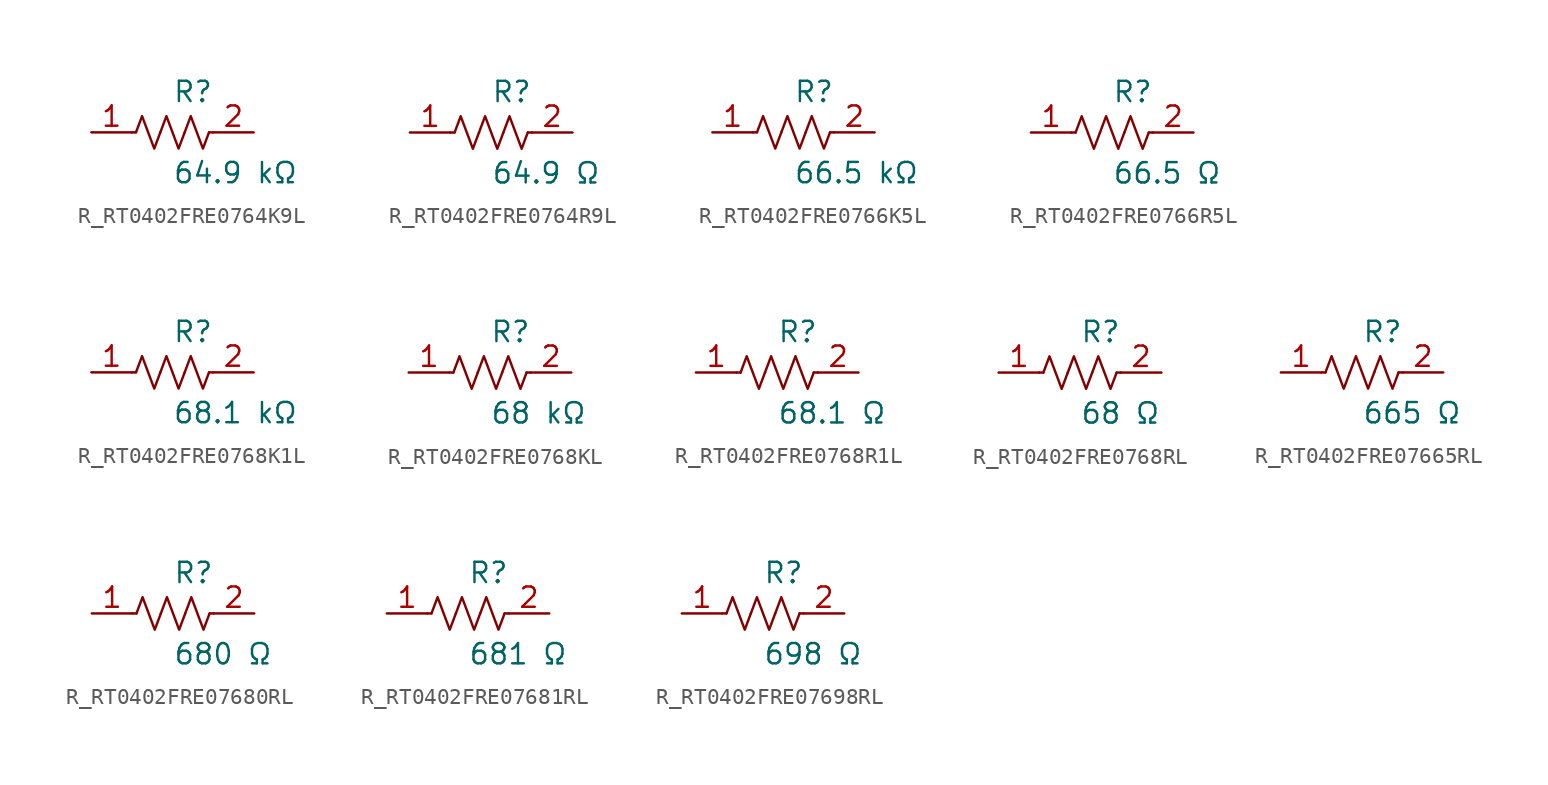
<source format=kicad_sym>
(kicad_symbol_lib
  (version 20231120)
  (generator kicad_symbol_editor)
  (generator_version 8.0)
  (symbol "R_RT0402FRE0764K9L"
    (pin_names
      (offset 0.254))
    (property "Reference" "R"
      (at 0.0 2.54 0)
      (effects (font (size 1.27 1.27)) (justify left)))
    (property "Value" "64.9 kΩ"
      (at 0.0 -2.54 0)
      (effects (font (size 1.27 1.27)) (justify left)))
    (symbol "R_RT0402FRE0764K9L_0_1"
      (polyline (pts (xy 2.286 0) (xy 2.54 0)) (stroke (width 0) (type default)) (fill (type none)))
      (polyline (pts (xy -2.286 0) (xy -2.54 0)) (stroke (width 0) (type default)) (fill (type none)))
      (polyline (pts (xy 0.762 0) (xy 1.143 1.016) (xy 1.524 0) (xy 1.905 -1.016) (xy 2.286 0)) (stroke (width 0) (type default)) (fill (type none)))
      (polyline (pts (xy -0.762 0) (xy -0.381 1.016) (xy 0 0) (xy 0.381 -1.016) (xy 0.762 0)) (stroke (width 0) (type default)) (fill (type none)))
      (polyline (pts (xy -2.286 0) (xy -1.905 1.016) (xy -1.524 0) (xy -1.143 -1.016) (xy -0.762 0)) (stroke (width 0) (type default)) (fill (type none))))
    (pin unspecified line
      (at -5.08 0 0)
      (length 2.54)
      (name "" (effects (font (size 1.27 1.27))))
      (number "1" (effects (font (size 1.27 1.27)))))
    (pin unspecified line
      (at 5.08 0 180)
      (length 2.54)
      (name "" (effects (font (size 1.27 1.27))))
      (number "2" (effects (font (size 1.27 1.27))))))
  (symbol "R_RT0402FRE0764R9L"
    (pin_names
      (offset 0.254))
    (property "Reference" "R"
      (at 0.0 2.54 0)
      (effects (font (size 1.27 1.27)) (justify left)))
    (property "Value" "64.9 Ω"
      (at 0.0 -2.54 0)
      (effects (font (size 1.27 1.27)) (justify left)))
    (symbol "R_RT0402FRE0764R9L_0_1"
      (polyline (pts (xy 2.286 0) (xy 2.54 0)) (stroke (width 0) (type default)) (fill (type none)))
      (polyline (pts (xy -2.286 0) (xy -2.54 0)) (stroke (width 0) (type default)) (fill (type none)))
      (polyline (pts (xy 0.762 0) (xy 1.143 1.016) (xy 1.524 0) (xy 1.905 -1.016) (xy 2.286 0)) (stroke (width 0) (type default)) (fill (type none)))
      (polyline (pts (xy -0.762 0) (xy -0.381 1.016) (xy 0 0) (xy 0.381 -1.016) (xy 0.762 0)) (stroke (width 0) (type default)) (fill (type none)))
      (polyline (pts (xy -2.286 0) (xy -1.905 1.016) (xy -1.524 0) (xy -1.143 -1.016) (xy -0.762 0)) (stroke (width 0) (type default)) (fill (type none))))
    (pin unspecified line
      (at -5.08 0 0)
      (length 2.54)
      (name "" (effects (font (size 1.27 1.27))))
      (number "1" (effects (font (size 1.27 1.27)))))
    (pin unspecified line
      (at 5.08 0 180)
      (length 2.54)
      (name "" (effects (font (size 1.27 1.27))))
      (number "2" (effects (font (size 1.27 1.27))))))
  (symbol "R_RT0402FRE0766K5L"
    (pin_names
      (offset 0.254))
    (property "Reference" "R"
      (at 0.0 2.54 0)
      (effects (font (size 1.27 1.27)) (justify left)))
    (property "Value" "66.5 kΩ"
      (at 0.0 -2.54 0)
      (effects (font (size 1.27 1.27)) (justify left)))
    (symbol "R_RT0402FRE0766K5L_0_1"
      (polyline (pts (xy 2.286 0) (xy 2.54 0)) (stroke (width 0) (type default)) (fill (type none)))
      (polyline (pts (xy -2.286 0) (xy -2.54 0)) (stroke (width 0) (type default)) (fill (type none)))
      (polyline (pts (xy 0.762 0) (xy 1.143 1.016) (xy 1.524 0) (xy 1.905 -1.016) (xy 2.286 0)) (stroke (width 0) (type default)) (fill (type none)))
      (polyline (pts (xy -0.762 0) (xy -0.381 1.016) (xy 0 0) (xy 0.381 -1.016) (xy 0.762 0)) (stroke (width 0) (type default)) (fill (type none)))
      (polyline (pts (xy -2.286 0) (xy -1.905 1.016) (xy -1.524 0) (xy -1.143 -1.016) (xy -0.762 0)) (stroke (width 0) (type default)) (fill (type none))))
    (pin unspecified line
      (at -5.08 0 0)
      (length 2.54)
      (name "" (effects (font (size 1.27 1.27))))
      (number "1" (effects (font (size 1.27 1.27)))))
    (pin unspecified line
      (at 5.08 0 180)
      (length 2.54)
      (name "" (effects (font (size 1.27 1.27))))
      (number "2" (effects (font (size 1.27 1.27))))))
  (symbol "R_RT0402FRE0766R5L"
    (pin_names
      (offset 0.254))
    (property "Reference" "R"
      (at 0.0 2.54 0)
      (effects (font (size 1.27 1.27)) (justify left)))
    (property "Value" "66.5 Ω"
      (at 0.0 -2.54 0)
      (effects (font (size 1.27 1.27)) (justify left)))
    (symbol "R_RT0402FRE0766R5L_0_1"
      (polyline (pts (xy 2.286 0) (xy 2.54 0)) (stroke (width 0) (type default)) (fill (type none)))
      (polyline (pts (xy -2.286 0) (xy -2.54 0)) (stroke (width 0) (type default)) (fill (type none)))
      (polyline (pts (xy 0.762 0) (xy 1.143 1.016) (xy 1.524 0) (xy 1.905 -1.016) (xy 2.286 0)) (stroke (width 0) (type default)) (fill (type none)))
      (polyline (pts (xy -0.762 0) (xy -0.381 1.016) (xy 0 0) (xy 0.381 -1.016) (xy 0.762 0)) (stroke (width 0) (type default)) (fill (type none)))
      (polyline (pts (xy -2.286 0) (xy -1.905 1.016) (xy -1.524 0) (xy -1.143 -1.016) (xy -0.762 0)) (stroke (width 0) (type default)) (fill (type none))))
    (pin unspecified line
      (at -5.08 0 0)
      (length 2.54)
      (name "" (effects (font (size 1.27 1.27))))
      (number "1" (effects (font (size 1.27 1.27)))))
    (pin unspecified line
      (at 5.08 0 180)
      (length 2.54)
      (name "" (effects (font (size 1.27 1.27))))
      (number "2" (effects (font (size 1.27 1.27))))))
  (symbol "R_RT0402FRE0768K1L"
    (pin_names
      (offset 0.254))
    (property "Reference" "R"
      (at 0.0 2.54 0)
      (effects (font (size 1.27 1.27)) (justify left)))
    (property "Value" "68.1 kΩ"
      (at 0.0 -2.54 0)
      (effects (font (size 1.27 1.27)) (justify left)))
    (symbol "R_RT0402FRE0768K1L_0_1"
      (polyline (pts (xy 2.286 0) (xy 2.54 0)) (stroke (width 0) (type default)) (fill (type none)))
      (polyline (pts (xy -2.286 0) (xy -2.54 0)) (stroke (width 0) (type default)) (fill (type none)))
      (polyline (pts (xy 0.762 0) (xy 1.143 1.016) (xy 1.524 0) (xy 1.905 -1.016) (xy 2.286 0)) (stroke (width 0) (type default)) (fill (type none)))
      (polyline (pts (xy -0.762 0) (xy -0.381 1.016) (xy 0 0) (xy 0.381 -1.016) (xy 0.762 0)) (stroke (width 0) (type default)) (fill (type none)))
      (polyline (pts (xy -2.286 0) (xy -1.905 1.016) (xy -1.524 0) (xy -1.143 -1.016) (xy -0.762 0)) (stroke (width 0) (type default)) (fill (type none))))
    (pin unspecified line
      (at -5.08 0 0)
      (length 2.54)
      (name "" (effects (font (size 1.27 1.27))))
      (number "1" (effects (font (size 1.27 1.27)))))
    (pin unspecified line
      (at 5.08 0 180)
      (length 2.54)
      (name "" (effects (font (size 1.27 1.27))))
      (number "2" (effects (font (size 1.27 1.27))))))
  (symbol "R_RT0402FRE0768KL"
    (pin_names
      (offset 0.254))
    (property "Reference" "R"
      (at 0.0 2.54 0)
      (effects (font (size 1.27 1.27)) (justify left)))
    (property "Value" "68 kΩ"
      (at 0.0 -2.54 0)
      (effects (font (size 1.27 1.27)) (justify left)))
    (symbol "R_RT0402FRE0768KL_0_1"
      (polyline (pts (xy 2.286 0) (xy 2.54 0)) (stroke (width 0) (type default)) (fill (type none)))
      (polyline (pts (xy -2.286 0) (xy -2.54 0)) (stroke (width 0) (type default)) (fill (type none)))
      (polyline (pts (xy 0.762 0) (xy 1.143 1.016) (xy 1.524 0) (xy 1.905 -1.016) (xy 2.286 0)) (stroke (width 0) (type default)) (fill (type none)))
      (polyline (pts (xy -0.762 0) (xy -0.381 1.016) (xy 0 0) (xy 0.381 -1.016) (xy 0.762 0)) (stroke (width 0) (type default)) (fill (type none)))
      (polyline (pts (xy -2.286 0) (xy -1.905 1.016) (xy -1.524 0) (xy -1.143 -1.016) (xy -0.762 0)) (stroke (width 0) (type default)) (fill (type none))))
    (pin unspecified line
      (at -5.08 0 0)
      (length 2.54)
      (name "" (effects (font (size 1.27 1.27))))
      (number "1" (effects (font (size 1.27 1.27)))))
    (pin unspecified line
      (at 5.08 0 180)
      (length 2.54)
      (name "" (effects (font (size 1.27 1.27))))
      (number "2" (effects (font (size 1.27 1.27))))))
  (symbol "R_RT0402FRE0768R1L"
    (pin_names
      (offset 0.254))
    (property "Reference" "R"
      (at 0.0 2.54 0)
      (effects (font (size 1.27 1.27)) (justify left)))
    (property "Value" "68.1 Ω"
      (at 0.0 -2.54 0)
      (effects (font (size 1.27 1.27)) (justify left)))
    (symbol "R_RT0402FRE0768R1L_0_1"
      (polyline (pts (xy 2.286 0) (xy 2.54 0)) (stroke (width 0) (type default)) (fill (type none)))
      (polyline (pts (xy -2.286 0) (xy -2.54 0)) (stroke (width 0) (type default)) (fill (type none)))
      (polyline (pts (xy 0.762 0) (xy 1.143 1.016) (xy 1.524 0) (xy 1.905 -1.016) (xy 2.286 0)) (stroke (width 0) (type default)) (fill (type none)))
      (polyline (pts (xy -0.762 0) (xy -0.381 1.016) (xy 0 0) (xy 0.381 -1.016) (xy 0.762 0)) (stroke (width 0) (type default)) (fill (type none)))
      (polyline (pts (xy -2.286 0) (xy -1.905 1.016) (xy -1.524 0) (xy -1.143 -1.016) (xy -0.762 0)) (stroke (width 0) (type default)) (fill (type none))))
    (pin unspecified line
      (at -5.08 0 0)
      (length 2.54)
      (name "" (effects (font (size 1.27 1.27))))
      (number "1" (effects (font (size 1.27 1.27)))))
    (pin unspecified line
      (at 5.08 0 180)
      (length 2.54)
      (name "" (effects (font (size 1.27 1.27))))
      (number "2" (effects (font (size 1.27 1.27))))))
  (symbol "R_RT0402FRE0768RL"
    (pin_names
      (offset 0.254))
    (property "Reference" "R"
      (at 0.0 2.54 0)
      (effects (font (size 1.27 1.27)) (justify left)))
    (property "Value" "68 Ω"
      (at 0.0 -2.54 0)
      (effects (font (size 1.27 1.27)) (justify left)))
    (symbol "R_RT0402FRE0768RL_0_1"
      (polyline (pts (xy 2.286 0) (xy 2.54 0)) (stroke (width 0) (type default)) (fill (type none)))
      (polyline (pts (xy -2.286 0) (xy -2.54 0)) (stroke (width 0) (type default)) (fill (type none)))
      (polyline (pts (xy 0.762 0) (xy 1.143 1.016) (xy 1.524 0) (xy 1.905 -1.016) (xy 2.286 0)) (stroke (width 0) (type default)) (fill (type none)))
      (polyline (pts (xy -0.762 0) (xy -0.381 1.016) (xy 0 0) (xy 0.381 -1.016) (xy 0.762 0)) (stroke (width 0) (type default)) (fill (type none)))
      (polyline (pts (xy -2.286 0) (xy -1.905 1.016) (xy -1.524 0) (xy -1.143 -1.016) (xy -0.762 0)) (stroke (width 0) (type default)) (fill (type none))))
    (pin unspecified line
      (at -5.08 0 0)
      (length 2.54)
      (name "" (effects (font (size 1.27 1.27))))
      (number "1" (effects (font (size 1.27 1.27)))))
    (pin unspecified line
      (at 5.08 0 180)
      (length 2.54)
      (name "" (effects (font (size 1.27 1.27))))
      (number "2" (effects (font (size 1.27 1.27))))))
  (symbol "R_RT0402FRE07665RL"
    (pin_names
      (offset 0.254))
    (property "Reference" "R"
      (at 0.0 2.54 0)
      (effects (font (size 1.27 1.27)) (justify left)))
    (property "Value" "665 Ω"
      (at 0.0 -2.54 0)
      (effects (font (size 1.27 1.27)) (justify left)))
    (symbol "R_RT0402FRE07665RL_0_1"
      (polyline (pts (xy 2.286 0) (xy 2.54 0)) (stroke (width 0) (type default)) (fill (type none)))
      (polyline (pts (xy -2.286 0) (xy -2.54 0)) (stroke (width 0) (type default)) (fill (type none)))
      (polyline (pts (xy 0.762 0) (xy 1.143 1.016) (xy 1.524 0) (xy 1.905 -1.016) (xy 2.286 0)) (stroke (width 0) (type default)) (fill (type none)))
      (polyline (pts (xy -0.762 0) (xy -0.381 1.016) (xy 0 0) (xy 0.381 -1.016) (xy 0.762 0)) (stroke (width 0) (type default)) (fill (type none)))
      (polyline (pts (xy -2.286 0) (xy -1.905 1.016) (xy -1.524 0) (xy -1.143 -1.016) (xy -0.762 0)) (stroke (width 0) (type default)) (fill (type none))))
    (pin unspecified line
      (at -5.08 0 0)
      (length 2.54)
      (name "" (effects (font (size 1.27 1.27))))
      (number "1" (effects (font (size 1.27 1.27)))))
    (pin unspecified line
      (at 5.08 0 180)
      (length 2.54)
      (name "" (effects (font (size 1.27 1.27))))
      (number "2" (effects (font (size 1.27 1.27))))))
  (symbol "R_RT0402FRE07680RL"
    (pin_names
      (offset 0.254))
    (property "Reference" "R"
      (at 0.0 2.54 0)
      (effects (font (size 1.27 1.27)) (justify left)))
    (property "Value" "680 Ω"
      (at 0.0 -2.54 0)
      (effects (font (size 1.27 1.27)) (justify left)))
    (symbol "R_RT0402FRE07680RL_0_1"
      (polyline (pts (xy 2.286 0) (xy 2.54 0)) (stroke (width 0) (type default)) (fill (type none)))
      (polyline (pts (xy -2.286 0) (xy -2.54 0)) (stroke (width 0) (type default)) (fill (type none)))
      (polyline (pts (xy 0.762 0) (xy 1.143 1.016) (xy 1.524 0) (xy 1.905 -1.016) (xy 2.286 0)) (stroke (width 0) (type default)) (fill (type none)))
      (polyline (pts (xy -0.762 0) (xy -0.381 1.016) (xy 0 0) (xy 0.381 -1.016) (xy 0.762 0)) (stroke (width 0) (type default)) (fill (type none)))
      (polyline (pts (xy -2.286 0) (xy -1.905 1.016) (xy -1.524 0) (xy -1.143 -1.016) (xy -0.762 0)) (stroke (width 0) (type default)) (fill (type none))))
    (pin unspecified line
      (at -5.08 0 0)
      (length 2.54)
      (name "" (effects (font (size 1.27 1.27))))
      (number "1" (effects (font (size 1.27 1.27)))))
    (pin unspecified line
      (at 5.08 0 180)
      (length 2.54)
      (name "" (effects (font (size 1.27 1.27))))
      (number "2" (effects (font (size 1.27 1.27))))))
  (symbol "R_RT0402FRE07681RL"
    (pin_names
      (offset 0.254))
    (property "Reference" "R"
      (at 0.0 2.54 0)
      (effects (font (size 1.27 1.27)) (justify left)))
    (property "Value" "681 Ω"
      (at 0.0 -2.54 0)
      (effects (font (size 1.27 1.27)) (justify left)))
    (symbol "R_RT0402FRE07681RL_0_1"
      (polyline (pts (xy 2.286 0) (xy 2.54 0)) (stroke (width 0) (type default)) (fill (type none)))
      (polyline (pts (xy -2.286 0) (xy -2.54 0)) (stroke (width 0) (type default)) (fill (type none)))
      (polyline (pts (xy 0.762 0) (xy 1.143 1.016) (xy 1.524 0) (xy 1.905 -1.016) (xy 2.286 0)) (stroke (width 0) (type default)) (fill (type none)))
      (polyline (pts (xy -0.762 0) (xy -0.381 1.016) (xy 0 0) (xy 0.381 -1.016) (xy 0.762 0)) (stroke (width 0) (type default)) (fill (type none)))
      (polyline (pts (xy -2.286 0) (xy -1.905 1.016) (xy -1.524 0) (xy -1.143 -1.016) (xy -0.762 0)) (stroke (width 0) (type default)) (fill (type none))))
    (pin unspecified line
      (at -5.08 0 0)
      (length 2.54)
      (name "" (effects (font (size 1.27 1.27))))
      (number "1" (effects (font (size 1.27 1.27)))))
    (pin unspecified line
      (at 5.08 0 180)
      (length 2.54)
      (name "" (effects (font (size 1.27 1.27))))
      (number "2" (effects (font (size 1.27 1.27))))))
  (symbol "R_RT0402FRE07698RL"
    (pin_names
      (offset 0.254))
    (property "Reference" "R"
      (at 0.0 2.54 0)
      (effects (font (size 1.27 1.27)) (justify left)))
    (property "Value" "698 Ω"
      (at 0.0 -2.54 0)
      (effects (font (size 1.27 1.27)) (justify left)))
    (symbol "R_RT0402FRE07698RL_0_1"
      (polyline (pts (xy 2.286 0) (xy 2.54 0)) (stroke (width 0) (type default)) (fill (type none)))
      (polyline (pts (xy -2.286 0) (xy -2.54 0)) (stroke (width 0) (type default)) (fill (type none)))
      (polyline (pts (xy 0.762 0) (xy 1.143 1.016) (xy 1.524 0) (xy 1.905 -1.016) (xy 2.286 0)) (stroke (width 0) (type default)) (fill (type none)))
      (polyline (pts (xy -0.762 0) (xy -0.381 1.016) (xy 0 0) (xy 0.381 -1.016) (xy 0.762 0)) (stroke (width 0) (type default)) (fill (type none)))
      (polyline (pts (xy -2.286 0) (xy -1.905 1.016) (xy -1.524 0) (xy -1.143 -1.016) (xy -0.762 0)) (stroke (width 0) (type default)) (fill (type none))))
    (pin unspecified line
      (at -5.08 0 0)
      (length 2.54)
      (name "" (effects (font (size 1.27 1.27))))
      (number "1" (effects (font (size 1.27 1.27)))))
    (pin unspecified line
      (at 5.08 0 180)
      (length 2.54)
      (name "" (effects (font (size 1.27 1.27))))
      (number "2" (effects (font (size 1.27 1.27)))))))
</source>
